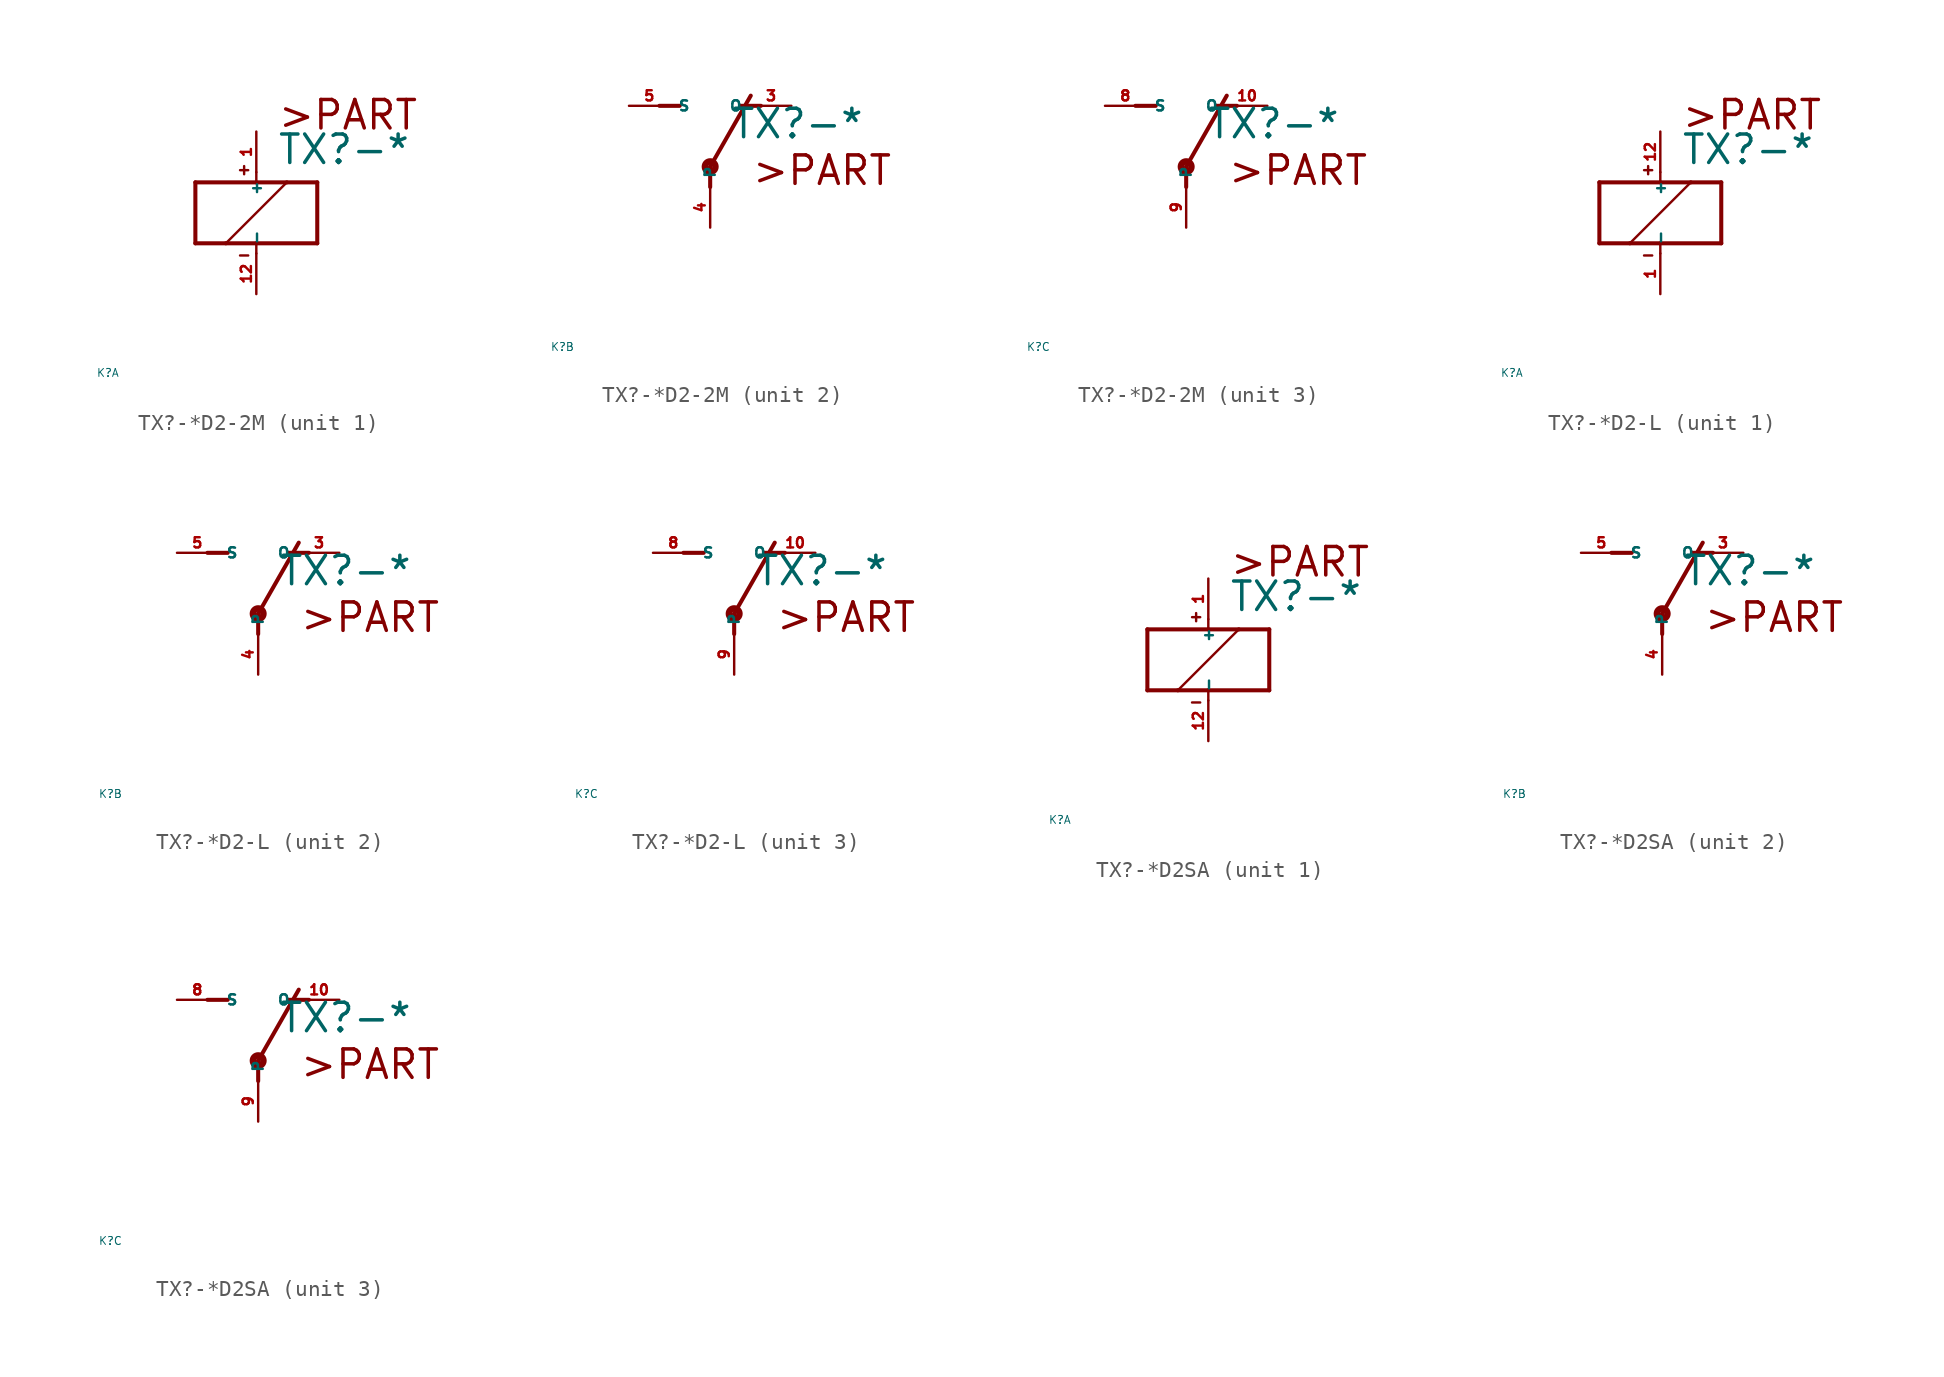
<source format=kicad_sym>
(kicad_symbol_lib
  (version 20220914)
  (generator Eagle2Kicad)
  (symbol "TX?-*D2-2M"
    (property "Reference" "K"
      (at -10 -10 0)
      (effects (font (size 0.5 0.5) (thickness 0.06)) (justify left)))
    (property "Value" "TX?-*"
      (at 1.27 2.921 0)
      (effects (font (size 1.778 1.778) (thickness 0.22)) (justify left bottom)))
    (symbol "TX?-*D2-2M_1_0"
      (polyline (pts (xy -3.81 -1.905) (xy -1.905 -1.905)) (stroke (width 0.254) (type default)) (fill (type none)))
      (polyline (pts (xy 3.81 -1.905) (xy 3.81 1.905)) (stroke (width 0.254) (type default)) (fill (type none)))
      (polyline (pts (xy 3.81 1.905) (xy 1.905 1.905)) (stroke (width 0.254) (type default)) (fill (type none)))
      (polyline (pts (xy -3.81 1.905) (xy -3.81 -1.905)) (stroke (width 0.254) (type default)) (fill (type none)))
      (polyline (pts (xy 0 -2.54) (xy 0 -1.905)) (stroke (width 0.152) (type default)) (fill (type none)))
      (polyline (pts (xy 0 -1.905) (xy 3.81 -1.905)) (stroke (width 0.254) (type default)) (fill (type none)))
      (polyline (pts (xy 0 2.54) (xy 0 1.905)) (stroke (width 0.152) (type default)) (fill (type none)))
      (polyline (pts (xy 0 1.905) (xy -3.81 1.905)) (stroke (width 0.254) (type default)) (fill (type none)))
      (polyline (pts (xy -1.905 -1.905) (xy 1.905 1.905)) (stroke (width 0.152) (type default)) (fill (type none)))
      (polyline (pts (xy -1.905 -1.905) (xy 0 -1.905)) (stroke (width 0.254) (type default)) (fill (type none)))
      (polyline (pts (xy 1.905 1.905) (xy 0 1.905)) (stroke (width 0.254) (type default)) (fill (type none)))
      (polyline (pts (xy -1.016 2.667) (xy -0.508 2.667)) (stroke (width 0.152) (type default)) (fill (type none)))
      (polyline (pts (xy -0.762 2.921) (xy -0.762 2.413)) (stroke (width 0.152) (type default)) (fill (type none)))
      (polyline (pts (xy -1.016 -2.667) (xy -0.508 -2.667)) (stroke (width 0.152) (type default)) (fill (type none)))
      (text ">PART" (at 1.27 5.08 0) (effects (font (size 1.778 1.778) (thickness 0.22)) (justify left bottom)))
      (pin passive line (at 0 -5.08 90) (length 2.54) (name "-" (effects (font (size 0.635 0.635) (thickness 0.08)) (justify left bottom))) (number "12" (effects (font (size 0.635 0.635) (thickness 0.08)) (justify left bottom))))
      (pin passive line (at 0 5.08 270) (length 2.54) (name "+" (effects (font (size 0.635 0.635) (thickness 0.08)) (justify left bottom))) (number "1" (effects (font (size 0.635 0.635) (thickness 0.08)) (justify left bottom)))))
    (symbol "TX?-*D2-2M_2_0"
      (polyline (pts (xy 3.175 5.08) (xy 1.905 5.08)) (stroke (width 0.254) (type default)) (fill (type none)))
      (polyline (pts (xy -3.175 5.08) (xy -1.905 5.08)) (stroke (width 0.254) (type default)) (fill (type none)))
      (polyline (pts (xy 0 1.27) (xy 2.54 5.715)) (stroke (width 0.254) (type default)) (fill (type none)))
      (polyline (pts (xy 0 1.27) (xy 0 0)) (stroke (width 0.254) (type default)) (fill (type none)))
      (text ">PART" (at 2.54 0 0) (effects (font (size 1.778 1.778) (thickness 0.22)) (justify left bottom)))
      (circle (center 0 1.27) (radius 0.127) (stroke (width 0.406) (type default)) (fill (type none)))
      (pin passive line (at 5.08 5.08 180) (length 2.54) (name "O" (effects (font (size 0.635 0.635) (thickness 0.08)) (justify left bottom))) (number "3" (effects (font (size 0.635 0.635) (thickness 0.08)) (justify left bottom))))
      (pin passive line (at -5.08 5.08 0) (length 2.54) (name "S" (effects (font (size 0.635 0.635) (thickness 0.08)) (justify left bottom))) (number "5" (effects (font (size 0.635 0.635) (thickness 0.08)) (justify left bottom))))
      (pin passive line (at 0 -2.54 90) (length 2.54) (name "P" (effects (font (size 0.635 0.635) (thickness 0.08)) (justify left bottom))) (number "4" (effects (font (size 0.635 0.635) (thickness 0.08)) (justify left bottom)))))
    (symbol "TX?-*D2-2M_3_0"
      (polyline (pts (xy 3.175 5.08) (xy 1.905 5.08)) (stroke (width 0.254) (type default)) (fill (type none)))
      (polyline (pts (xy -3.175 5.08) (xy -1.905 5.08)) (stroke (width 0.254) (type default)) (fill (type none)))
      (polyline (pts (xy 0 1.27) (xy 2.54 5.715)) (stroke (width 0.254) (type default)) (fill (type none)))
      (polyline (pts (xy 0 1.27) (xy 0 0)) (stroke (width 0.254) (type default)) (fill (type none)))
      (text ">PART" (at 2.54 0 0) (effects (font (size 1.778 1.778) (thickness 0.22)) (justify left bottom)))
      (circle (center 0 1.27) (radius 0.127) (stroke (width 0.406) (type default)) (fill (type none)))
      (pin passive line (at 5.08 5.08 180) (length 2.54) (name "O" (effects (font (size 0.635 0.635) (thickness 0.08)) (justify left bottom))) (number "10" (effects (font (size 0.635 0.635) (thickness 0.08)) (justify left bottom))))
      (pin passive line (at -5.08 5.08 0) (length 2.54) (name "S" (effects (font (size 0.635 0.635) (thickness 0.08)) (justify left bottom))) (number "8" (effects (font (size 0.635 0.635) (thickness 0.08)) (justify left bottom))))
      (pin passive line (at 0 -2.54 90) (length 2.54) (name "P" (effects (font (size 0.635 0.635) (thickness 0.08)) (justify left bottom))) (number "9" (effects (font (size 0.635 0.635) (thickness 0.08)) (justify left bottom))))))
  (symbol "TX?-*D2-L"
    (property "Reference" "K"
      (at -10 -10 0)
      (effects (font (size 0.5 0.5) (thickness 0.06)) (justify left)))
    (property "Value" "TX?-*"
      (at 1.27 2.921 0)
      (effects (font (size 1.778 1.778) (thickness 0.22)) (justify left bottom)))
    (symbol "TX?-*D2-L_1_0"
      (polyline (pts (xy -3.81 -1.905) (xy -1.905 -1.905)) (stroke (width 0.254) (type default)) (fill (type none)))
      (polyline (pts (xy 3.81 -1.905) (xy 3.81 1.905)) (stroke (width 0.254) (type default)) (fill (type none)))
      (polyline (pts (xy 3.81 1.905) (xy 1.905 1.905)) (stroke (width 0.254) (type default)) (fill (type none)))
      (polyline (pts (xy -3.81 1.905) (xy -3.81 -1.905)) (stroke (width 0.254) (type default)) (fill (type none)))
      (polyline (pts (xy 0 -2.54) (xy 0 -1.905)) (stroke (width 0.152) (type default)) (fill (type none)))
      (polyline (pts (xy 0 -1.905) (xy 3.81 -1.905)) (stroke (width 0.254) (type default)) (fill (type none)))
      (polyline (pts (xy 0 2.54) (xy 0 1.905)) (stroke (width 0.152) (type default)) (fill (type none)))
      (polyline (pts (xy 0 1.905) (xy -3.81 1.905)) (stroke (width 0.254) (type default)) (fill (type none)))
      (polyline (pts (xy -1.905 -1.905) (xy 1.905 1.905)) (stroke (width 0.152) (type default)) (fill (type none)))
      (polyline (pts (xy -1.905 -1.905) (xy 0 -1.905)) (stroke (width 0.254) (type default)) (fill (type none)))
      (polyline (pts (xy 1.905 1.905) (xy 0 1.905)) (stroke (width 0.254) (type default)) (fill (type none)))
      (polyline (pts (xy -1.016 2.667) (xy -0.508 2.667)) (stroke (width 0.152) (type default)) (fill (type none)))
      (polyline (pts (xy -0.762 2.921) (xy -0.762 2.413)) (stroke (width 0.152) (type default)) (fill (type none)))
      (polyline (pts (xy -1.016 -2.667) (xy -0.508 -2.667)) (stroke (width 0.152) (type default)) (fill (type none)))
      (text ">PART" (at 1.27 5.08 0) (effects (font (size 1.778 1.778) (thickness 0.22)) (justify left bottom)))
      (pin passive line (at 0 -5.08 90) (length 2.54) (name "-" (effects (font (size 0.635 0.635) (thickness 0.08)) (justify left bottom))) (number "1" (effects (font (size 0.635 0.635) (thickness 0.08)) (justify left bottom))))
      (pin passive line (at 0 5.08 270) (length 2.54) (name "+" (effects (font (size 0.635 0.635) (thickness 0.08)) (justify left bottom))) (number "12" (effects (font (size 0.635 0.635) (thickness 0.08)) (justify left bottom)))))
    (symbol "TX?-*D2-L_2_0"
      (polyline (pts (xy 3.175 5.08) (xy 1.905 5.08)) (stroke (width 0.254) (type default)) (fill (type none)))
      (polyline (pts (xy -3.175 5.08) (xy -1.905 5.08)) (stroke (width 0.254) (type default)) (fill (type none)))
      (polyline (pts (xy 0 1.27) (xy 2.54 5.715)) (stroke (width 0.254) (type default)) (fill (type none)))
      (polyline (pts (xy 0 1.27) (xy 0 0)) (stroke (width 0.254) (type default)) (fill (type none)))
      (text ">PART" (at 2.54 0 0) (effects (font (size 1.778 1.778) (thickness 0.22)) (justify left bottom)))
      (circle (center 0 1.27) (radius 0.127) (stroke (width 0.406) (type default)) (fill (type none)))
      (pin passive line (at 5.08 5.08 180) (length 2.54) (name "O" (effects (font (size 0.635 0.635) (thickness 0.08)) (justify left bottom))) (number "3" (effects (font (size 0.635 0.635) (thickness 0.08)) (justify left bottom))))
      (pin passive line (at -5.08 5.08 0) (length 2.54) (name "S" (effects (font (size 0.635 0.635) (thickness 0.08)) (justify left bottom))) (number "5" (effects (font (size 0.635 0.635) (thickness 0.08)) (justify left bottom))))
      (pin passive line (at 0 -2.54 90) (length 2.54) (name "P" (effects (font (size 0.635 0.635) (thickness 0.08)) (justify left bottom))) (number "4" (effects (font (size 0.635 0.635) (thickness 0.08)) (justify left bottom)))))
    (symbol "TX?-*D2-L_3_0"
      (polyline (pts (xy 3.175 5.08) (xy 1.905 5.08)) (stroke (width 0.254) (type default)) (fill (type none)))
      (polyline (pts (xy -3.175 5.08) (xy -1.905 5.08)) (stroke (width 0.254) (type default)) (fill (type none)))
      (polyline (pts (xy 0 1.27) (xy 2.54 5.715)) (stroke (width 0.254) (type default)) (fill (type none)))
      (polyline (pts (xy 0 1.27) (xy 0 0)) (stroke (width 0.254) (type default)) (fill (type none)))
      (text ">PART" (at 2.54 0 0) (effects (font (size 1.778 1.778) (thickness 0.22)) (justify left bottom)))
      (circle (center 0 1.27) (radius 0.127) (stroke (width 0.406) (type default)) (fill (type none)))
      (pin passive line (at 5.08 5.08 180) (length 2.54) (name "O" (effects (font (size 0.635 0.635) (thickness 0.08)) (justify left bottom))) (number "10" (effects (font (size 0.635 0.635) (thickness 0.08)) (justify left bottom))))
      (pin passive line (at -5.08 5.08 0) (length 2.54) (name "S" (effects (font (size 0.635 0.635) (thickness 0.08)) (justify left bottom))) (number "8" (effects (font (size 0.635 0.635) (thickness 0.08)) (justify left bottom))))
      (pin passive line (at 0 -2.54 90) (length 2.54) (name "P" (effects (font (size 0.635 0.635) (thickness 0.08)) (justify left bottom))) (number "9" (effects (font (size 0.635 0.635) (thickness 0.08)) (justify left bottom))))))
  (symbol "TX?-*D2SA"
    (property "Reference" "K"
      (at -10 -10 0)
      (effects (font (size 0.5 0.5) (thickness 0.06)) (justify left)))
    (property "Value" "TX?-*"
      (at 1.27 2.921 0)
      (effects (font (size 1.778 1.778) (thickness 0.22)) (justify left bottom)))
    (symbol "TX?-*D2SA_1_0"
      (polyline (pts (xy -3.81 -1.905) (xy -1.905 -1.905)) (stroke (width 0.254) (type default)) (fill (type none)))
      (polyline (pts (xy 3.81 -1.905) (xy 3.81 1.905)) (stroke (width 0.254) (type default)) (fill (type none)))
      (polyline (pts (xy 3.81 1.905) (xy 1.905 1.905)) (stroke (width 0.254) (type default)) (fill (type none)))
      (polyline (pts (xy -3.81 1.905) (xy -3.81 -1.905)) (stroke (width 0.254) (type default)) (fill (type none)))
      (polyline (pts (xy 0 -2.54) (xy 0 -1.905)) (stroke (width 0.152) (type default)) (fill (type none)))
      (polyline (pts (xy 0 -1.905) (xy 3.81 -1.905)) (stroke (width 0.254) (type default)) (fill (type none)))
      (polyline (pts (xy 0 2.54) (xy 0 1.905)) (stroke (width 0.152) (type default)) (fill (type none)))
      (polyline (pts (xy 0 1.905) (xy -3.81 1.905)) (stroke (width 0.254) (type default)) (fill (type none)))
      (polyline (pts (xy -1.905 -1.905) (xy 1.905 1.905)) (stroke (width 0.152) (type default)) (fill (type none)))
      (polyline (pts (xy -1.905 -1.905) (xy 0 -1.905)) (stroke (width 0.254) (type default)) (fill (type none)))
      (polyline (pts (xy 1.905 1.905) (xy 0 1.905)) (stroke (width 0.254) (type default)) (fill (type none)))
      (polyline (pts (xy -1.016 2.667) (xy -0.508 2.667)) (stroke (width 0.152) (type default)) (fill (type none)))
      (polyline (pts (xy -0.762 2.921) (xy -0.762 2.413)) (stroke (width 0.152) (type default)) (fill (type none)))
      (polyline (pts (xy -1.016 -2.667) (xy -0.508 -2.667)) (stroke (width 0.152) (type default)) (fill (type none)))
      (text ">PART" (at 1.27 5.08 0) (effects (font (size 1.778 1.778) (thickness 0.22)) (justify left bottom)))
      (pin passive line (at 0 -5.08 90) (length 2.54) (name "-" (effects (font (size 0.635 0.635) (thickness 0.08)) (justify left bottom))) (number "12" (effects (font (size 0.635 0.635) (thickness 0.08)) (justify left bottom))))
      (pin passive line (at 0 5.08 270) (length 2.54) (name "+" (effects (font (size 0.635 0.635) (thickness 0.08)) (justify left bottom))) (number "1" (effects (font (size 0.635 0.635) (thickness 0.08)) (justify left bottom)))))
    (symbol "TX?-*D2SA_2_0"
      (polyline (pts (xy 3.175 5.08) (xy 1.905 5.08)) (stroke (width 0.254) (type default)) (fill (type none)))
      (polyline (pts (xy -3.175 5.08) (xy -1.905 5.08)) (stroke (width 0.254) (type default)) (fill (type none)))
      (polyline (pts (xy 0 1.27) (xy 2.54 5.715)) (stroke (width 0.254) (type default)) (fill (type none)))
      (polyline (pts (xy 0 1.27) (xy 0 0)) (stroke (width 0.254) (type default)) (fill (type none)))
      (text ">PART" (at 2.54 0 0) (effects (font (size 1.778 1.778) (thickness 0.22)) (justify left bottom)))
      (circle (center 0 1.27) (radius 0.127) (stroke (width 0.406) (type default)) (fill (type none)))
      (pin passive line (at 5.08 5.08 180) (length 2.54) (name "O" (effects (font (size 0.635 0.635) (thickness 0.08)) (justify left bottom))) (number "3" (effects (font (size 0.635 0.635) (thickness 0.08)) (justify left bottom))))
      (pin passive line (at -5.08 5.08 0) (length 2.54) (name "S" (effects (font (size 0.635 0.635) (thickness 0.08)) (justify left bottom))) (number "5" (effects (font (size 0.635 0.635) (thickness 0.08)) (justify left bottom))))
      (pin passive line (at 0 -2.54 90) (length 2.54) (name "P" (effects (font (size 0.635 0.635) (thickness 0.08)) (justify left bottom))) (number "4" (effects (font (size 0.635 0.635) (thickness 0.08)) (justify left bottom)))))
    (symbol "TX?-*D2SA_3_0"
      (polyline (pts (xy 3.175 5.08) (xy 1.905 5.08)) (stroke (width 0.254) (type default)) (fill (type none)))
      (polyline (pts (xy -3.175 5.08) (xy -1.905 5.08)) (stroke (width 0.254) (type default)) (fill (type none)))
      (polyline (pts (xy 0 1.27) (xy 2.54 5.715)) (stroke (width 0.254) (type default)) (fill (type none)))
      (polyline (pts (xy 0 1.27) (xy 0 0)) (stroke (width 0.254) (type default)) (fill (type none)))
      (text ">PART" (at 2.54 0 0) (effects (font (size 1.778 1.778) (thickness 0.22)) (justify left bottom)))
      (circle (center 0 1.27) (radius 0.127) (stroke (width 0.406) (type default)) (fill (type none)))
      (pin passive line (at 5.08 5.08 180) (length 2.54) (name "O" (effects (font (size 0.635 0.635) (thickness 0.08)) (justify left bottom))) (number "10" (effects (font (size 0.635 0.635) (thickness 0.08)) (justify left bottom))))
      (pin passive line (at -5.08 5.08 0) (length 2.54) (name "S" (effects (font (size 0.635 0.635) (thickness 0.08)) (justify left bottom))) (number "8" (effects (font (size 0.635 0.635) (thickness 0.08)) (justify left bottom))))
      (pin passive line (at 0 -2.54 90) (length 2.54) (name "P" (effects (font (size 0.635 0.635) (thickness 0.08)) (justify left bottom))) (number "9" (effects (font (size 0.635 0.635) (thickness 0.08)) (justify left bottom)))))))
</source>
